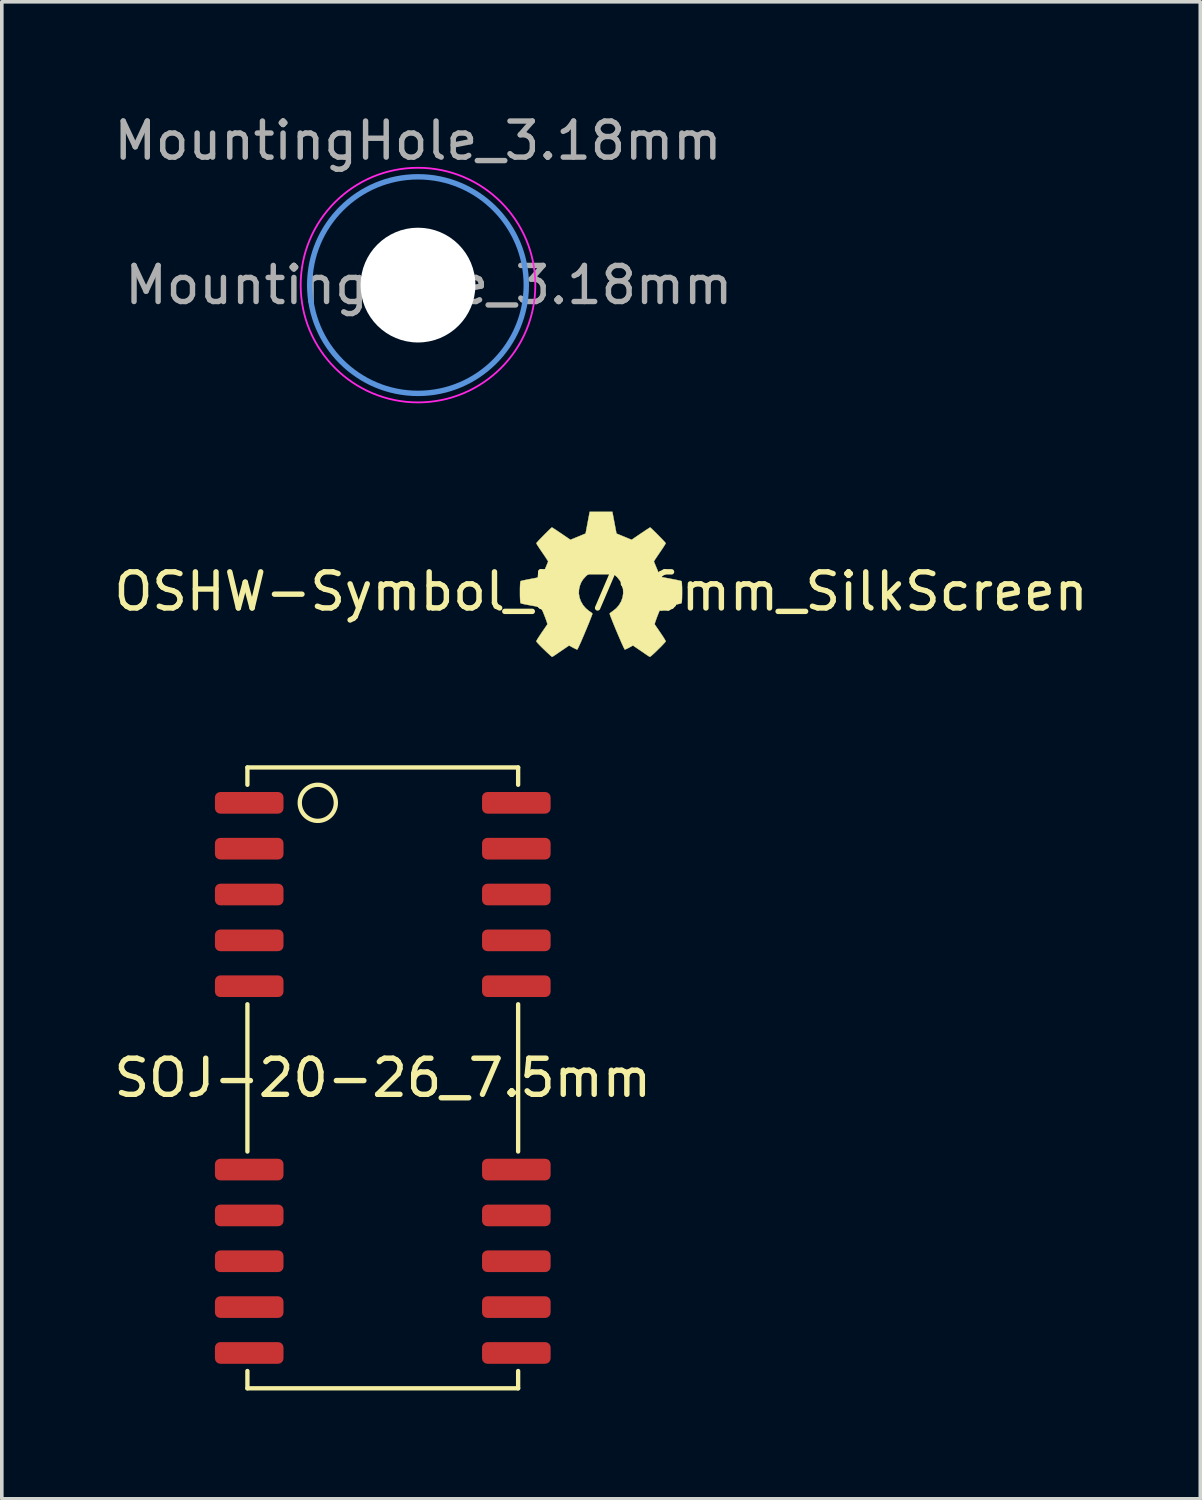
<source format=kicad_pcb>
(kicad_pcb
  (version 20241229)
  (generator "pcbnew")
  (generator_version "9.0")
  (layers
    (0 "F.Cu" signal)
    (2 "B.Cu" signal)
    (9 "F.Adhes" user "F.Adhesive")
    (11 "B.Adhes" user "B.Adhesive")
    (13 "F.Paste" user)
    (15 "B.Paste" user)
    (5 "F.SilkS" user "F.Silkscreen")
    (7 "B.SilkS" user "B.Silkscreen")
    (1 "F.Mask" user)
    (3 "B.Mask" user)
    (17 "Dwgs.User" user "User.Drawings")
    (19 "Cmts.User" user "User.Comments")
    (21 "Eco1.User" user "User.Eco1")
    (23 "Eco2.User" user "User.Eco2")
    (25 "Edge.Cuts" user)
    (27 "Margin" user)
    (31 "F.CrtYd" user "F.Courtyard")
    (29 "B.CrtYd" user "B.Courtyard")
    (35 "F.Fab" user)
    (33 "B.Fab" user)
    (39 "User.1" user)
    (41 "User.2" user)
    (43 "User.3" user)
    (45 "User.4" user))
  (footprint "SOJ-20-26_7.5mm"
    (layer "F.Cu")
    (at 7.554 26.811)
    (property "Reference" "SOJ-20-26_7.5mm" (at 0 0 0) (layer "F.SilkS") (effects (font (size 1 1) (thickness 0.15))))
    (attr smd)
    (fp_line (start -3.75 -8.6) (end -3.75 -8.12) (stroke (width 0.12) (type solid)) (layer "F.SilkS"))
    (fp_line (start -3.75 -8.6) (end 3.75 -8.6) (stroke (width 0.12) (type solid)) (layer "F.SilkS"))
    (fp_line (start -3.75 2.04) (end -3.75 -2.04) (stroke (width 0.12) (type solid)) (layer "F.SilkS"))
    (fp_line (start -3.75 8.6) (end -3.75 8.12) (stroke (width 0.12) (type solid)) (layer "F.SilkS"))
    (fp_line (start 3.75 -8.6) (end 3.75 -8.12) (stroke (width 0.12) (type solid)) (layer "F.SilkS"))
    (fp_line (start 3.75 2.04) (end 3.75 -2.04) (stroke (width 0.12) (type solid)) (layer "F.SilkS"))
    (fp_line (start 3.75 8.6) (end -3.75 8.6) (stroke (width 0.12) (type solid)) (layer "F.SilkS"))
    (fp_line (start 3.75 8.6) (end 3.75 8.12) (stroke (width 0.12) (type solid)) (layer "F.SilkS"))
    (fp_circle (center -1.8 -7.62) (end -1.3 -7.62) (stroke (width 0.12) (type solid)) (fill no) (layer "F.SilkS"))
    (pad "1" smd roundrect (at -3.7 -7.62) (size 1.9 0.6) (layers "F.Cu" "F.Mask" "F.Paste") (roundrect_rratio 0.25))
    (pad "2" smd roundrect (at -3.7 -6.35) (size 1.9 0.6) (layers "F.Cu" "F.Mask" "F.Paste") (roundrect_rratio 0.25))
    (pad "3" smd roundrect (at -3.7 -5.08) (size 1.9 0.6) (layers "F.Cu" "F.Mask" "F.Paste") (roundrect_rratio 0.25))
    (pad "4" smd roundrect (at -3.7 -3.81) (size 1.9 0.6) (layers "F.Cu" "F.Mask" "F.Paste") (roundrect_rratio 0.25))
    (pad "5" smd roundrect (at -3.7 -2.54) (size 1.9 0.6) (layers "F.Cu" "F.Mask" "F.Paste") (roundrect_rratio 0.25))
    (pad "9" smd roundrect (at -3.7 2.54) (size 1.9 0.6) (layers "F.Cu" "F.Mask" "F.Paste") (roundrect_rratio 0.25))
    (pad "10" smd roundrect (at -3.7 3.81) (size 1.9 0.6) (layers "F.Cu" "F.Mask" "F.Paste") (roundrect_rratio 0.25))
    (pad "11" smd roundrect (at -3.7 5.08) (size 1.9 0.6) (layers "F.Cu" "F.Mask" "F.Paste") (roundrect_rratio 0.25))
    (pad "12" smd roundrect (at -3.7 6.35) (size 1.9 0.6) (layers "F.Cu" "F.Mask" "F.Paste") (roundrect_rratio 0.25))
    (pad "13" smd roundrect (at -3.7 7.62) (size 1.9 0.6) (layers "F.Cu" "F.Mask" "F.Paste") (roundrect_rratio 0.25))
    (pad "14" smd roundrect (at 3.7 7.62) (size 1.9 0.6) (layers "F.Cu" "F.Mask" "F.Paste") (roundrect_rratio 0.25))
    (pad "15" smd roundrect (at 3.7 6.35) (size 1.9 0.6) (layers "F.Cu" "F.Mask" "F.Paste") (roundrect_rratio 0.25))
    (pad "16" smd roundrect (at 3.7 5.08) (size 1.9 0.6) (layers "F.Cu" "F.Mask" "F.Paste") (roundrect_rratio 0.25))
    (pad "17" smd roundrect (at 3.7 3.81) (size 1.9 0.6) (layers "F.Cu" "F.Mask" "F.Paste") (roundrect_rratio 0.25))
    (pad "18" smd roundrect (at 3.7 2.54) (size 1.9 0.6) (layers "F.Cu" "F.Mask" "F.Paste") (roundrect_rratio 0.25))
    (pad "22" smd roundrect (at 3.7 -2.54) (size 1.9 0.6) (layers "F.Cu" "F.Mask" "F.Paste") (roundrect_rratio 0.25))
    (pad "23" smd roundrect (at 3.7 -3.81) (size 1.9 0.6) (layers "F.Cu" "F.Mask" "F.Paste") (roundrect_rratio 0.25))
    (pad "24" smd roundrect (at 3.7 -5.08) (size 1.9 0.6) (layers "F.Cu" "F.Mask" "F.Paste") (roundrect_rratio 0.25))
    (pad "25" smd roundrect (at 3.7 -6.35) (size 1.9 0.6) (layers "F.Cu" "F.Mask" "F.Paste") (roundrect_rratio 0.25))
    (pad "26" smd roundrect (at 3.7 -7.62) (size 1.9 0.6) (layers "F.Cu" "F.Mask" "F.Paste") (roundrect_rratio 0.25)))
  (footprint "OSHW-Symbol_5.7x6mm_SilkScreen"
    (layer "F.Cu")
    (at 13.601 13.337)
    (property "Reference" "OSHW-Symbol_5.7x6mm_SilkScreen" (at 0 0 0) (layer "F.SilkS") (effects (font (size 1 1) (thickness 0.15))))
    (attr exclude_from_pos_files exclude_from_bom)
    (fp_poly (pts (xy 0.37 -1.907) (xy 0.427 -1.606) (xy 0.847 -1.433) (xy 1.098 -1.604) (xy 1.169 -1.651) (xy 1.232 -1.694) (xy 1.286 -1.729) (xy 1.328 -1.756) (xy 1.353 -1.771) (xy 1.36 -1.775) (xy 1.373 -1.766) (xy 1.399 -1.742) (xy 1.437 -1.706) (xy 1.484 -1.661) (xy 1.535 -1.61) (xy 1.589 -1.555) (xy 1.642 -1.501) (xy 1.691 -1.45) (xy 1.734 -1.405) (xy 1.767 -1.369) (xy 1.787 -1.345) (xy 1.791 -1.337) (xy 1.784 -1.322) (xy 1.765 -1.29) (xy 1.736 -1.244) (xy 1.698 -1.186) (xy 1.653 -1.12) (xy 1.628 -1.083) (xy 1.581 -1.014) (xy 1.54 -0.953) (xy 1.505 -0.901) (xy 1.48 -0.861) (xy 1.466 -0.838) (xy 1.464 -0.833) (xy 1.469 -0.819) (xy 1.482 -0.787) (xy 1.501 -0.741) (xy 1.524 -0.685) (xy 1.55 -0.624) (xy 1.576 -0.563) (xy 1.6 -0.507) (xy 1.621 -0.459) (xy 1.637 -0.425) (xy 1.645 -0.409) (xy 1.645 -0.408) (xy 1.658 -0.405) (xy 1.692 -0.398) (xy 1.744 -0.388) (xy 1.809 -0.375) (xy 1.886 -0.361) (xy 1.93 -0.352) (xy 2.012 -0.337) (xy 2.086 -0.322) (xy 2.148 -0.309) (xy 2.195 -0.298) (xy 2.223 -0.29) (xy 2.228 -0.288) (xy 2.234 -0.271) (xy 2.238 -0.234) (xy 2.241 -0.18) (xy 2.244 -0.114) (xy 2.245 -0.041) (xy 2.245 0.036) (xy 2.244 0.111) (xy 2.243 0.182) (xy 2.24 0.242) (xy 2.236 0.289) (xy 2.231 0.317) (xy 2.228 0.323) (xy 2.21 0.33) (xy 2.173 0.34) (xy 2.12 0.352) (xy 2.058 0.364) (xy 2.036 0.368) (xy 1.931 0.387) (xy 1.848 0.403) (xy 1.785 0.415) (xy 1.738 0.425) (xy 1.705 0.433) (xy 1.683 0.44) (xy 1.669 0.446) (xy 1.661 0.452) (xy 1.66 0.453) (xy 1.648 0.472) (xy 1.631 0.509) (xy 1.609 0.559) (xy 1.585 0.618) (xy 1.56 0.681) (xy 1.536 0.745) (xy 1.515 0.804) (xy 1.498 0.853) (xy 1.488 0.889) (xy 1.485 0.907) (xy 1.485 0.907) (xy 1.494 0.922) (xy 1.516 0.954) (xy 1.547 1) (xy 1.586 1.056) (xy 1.63 1.121) (xy 1.642 1.139) (xy 1.687 1.205) (xy 1.726 1.265) (xy 1.758 1.316) (xy 1.78 1.354) (xy 1.791 1.377) (xy 1.791 1.379) (xy 1.783 1.394) (xy 1.758 1.422) (xy 1.722 1.461) (xy 1.677 1.509) (xy 1.625 1.561) (xy 1.57 1.615) (xy 1.516 1.668) (xy 1.465 1.716) (xy 1.42 1.757) (xy 1.384 1.788) (xy 1.361 1.806) (xy 1.355 1.809) (xy 1.34 1.802) (xy 1.309 1.784) (xy 1.268 1.757) (xy 1.237 1.736) (xy 1.18 1.696) (xy 1.112 1.65) (xy 1.044 1.604) (xy 1.008 1.579) (xy 0.884 1.495) (xy 0.78 1.552) (xy 0.733 1.576) (xy 0.693 1.595) (xy 0.665 1.606) (xy 0.659 1.608) (xy 0.65 1.596) (xy 0.634 1.565) (xy 0.611 1.516) (xy 0.582 1.452) (xy 0.548 1.376) (xy 0.512 1.292) (xy 0.473 1.202) (xy 0.434 1.109) (xy 0.395 1.016) (xy 0.358 0.926) (xy 0.324 0.842) (xy 0.294 0.766) (xy 0.269 0.702) (xy 0.251 0.653) (xy 0.241 0.621) (xy 0.24 0.61) (xy 0.252 0.596) (xy 0.281 0.574) (xy 0.319 0.547) (xy 0.322 0.545) (xy 0.419 0.467) (xy 0.498 0.376) (xy 0.557 0.275) (xy 0.596 0.166) (xy 0.614 0.054) (xy 0.61 -0.061) (xy 0.584 -0.173) (xy 0.535 -0.281) (xy 0.521 -0.305) (xy 0.446 -0.4) (xy 0.357 -0.477) (xy 0.258 -0.534) (xy 0.151 -0.572) (xy 0.04 -0.59) (xy -0.072 -0.587) (xy -0.183 -0.564) (xy -0.289 -0.52) (xy -0.387 -0.453) (xy -0.417 -0.427) (xy -0.494 -0.343) (xy -0.551 -0.254) (xy -0.589 -0.155) (xy -0.611 -0.057) (xy -0.616 0.054) (xy -0.598 0.165) (xy -0.559 0.272) (xy -0.501 0.373) (xy -0.425 0.463) (xy -0.334 0.539) (xy -0.322 0.547) (xy -0.283 0.573) (xy -0.254 0.596) (xy -0.241 0.61) (xy -0.24 0.61) (xy -0.243 0.626) (xy -0.255 0.662) (xy -0.275 0.714) (xy -0.3 0.78) (xy -0.331 0.858) (xy -0.366 0.943) (xy -0.404 1.034) (xy -0.443 1.127) (xy -0.482 1.22) (xy -0.52 1.309) (xy -0.556 1.392) (xy -0.589 1.465) (xy -0.617 1.526) (xy -0.639 1.572) (xy -0.654 1.6) (xy -0.66 1.608) (xy -0.678 1.602) (xy -0.712 1.587) (xy -0.757 1.565) (xy -0.781 1.552) (xy -0.885 1.495) (xy -1.009 1.579) (xy -1.072 1.622) (xy -1.141 1.669) (xy -1.206 1.713) (xy -1.238 1.736) (xy -1.284 1.766) (xy -1.322 1.791) (xy -1.349 1.806) (xy -1.357 1.809) (xy -1.37 1.8) (xy -1.398 1.777) (xy -1.438 1.74) (xy -1.488 1.694) (xy -1.546 1.639) (xy -1.582 1.604) (xy -1.646 1.542) (xy -1.701 1.486) (xy -1.745 1.439) (xy -1.776 1.404) (xy -1.791 1.382) (xy -1.793 1.378) (xy -1.786 1.361) (xy -1.766 1.327) (xy -1.737 1.279) (xy -1.699 1.222) (xy -1.656 1.157) (xy -1.644 1.139) (xy -1.599 1.073) (xy -1.558 1.014) (xy -1.525 0.965) (xy -1.5 0.929) (xy -1.487 0.909) (xy -1.486 0.907) (xy -1.488 0.892) (xy -1.498 0.858) (xy -1.514 0.809) (xy -1.535 0.751) (xy -1.559 0.688) (xy -1.584 0.624) (xy -1.608 0.565) (xy -1.63 0.513) (xy -1.648 0.475) (xy -1.66 0.454) (xy -1.661 0.453) (xy -1.668 0.447) (xy -1.68 0.441) (xy -1.701 0.434) (xy -1.732 0.427) (xy -1.776 0.417) (xy -1.836 0.405) (xy -1.915 0.391) (xy -2.015 0.372) (xy -2.037 0.368) (xy -2.102 0.356) (xy -2.158 0.344) (xy -2.201 0.333) (xy -2.226 0.325) (xy -2.229 0.323) (xy -2.234 0.306) (xy -2.239 0.269) (xy -2.242 0.215) (xy -2.245 0.149) (xy -2.246 0.075) (xy -2.246 -0.001) (xy -2.246 -0.077) (xy -2.244 -0.147) (xy -2.241 -0.208) (xy -2.237 -0.254) (xy -2.232 -0.282) (xy -2.229 -0.288) (xy -2.213 -0.293) (xy -2.175 -0.303) (xy -2.121 -0.315) (xy -2.052 -0.329) (xy -1.974 -0.344) (xy -1.932 -0.352) (xy -1.851 -0.367) (xy -1.779 -0.381) (xy -1.719 -0.393) (xy -1.675 -0.401) (xy -1.65 -0.407) (xy -1.646 -0.408) (xy -1.639 -0.421) (xy -1.625 -0.453) (xy -1.605 -0.499) (xy -1.581 -0.555) (xy -1.555 -0.615) (xy -1.529 -0.676) (xy -1.505 -0.733) (xy -1.485 -0.781) (xy -1.472 -0.816) (xy -1.466 -0.833) (xy -1.465 -0.834) (xy -1.472 -0.847) (xy -1.492 -0.878) (xy -1.521 -0.924) (xy -1.559 -0.981) (xy -1.603 -1.046) (xy -1.629 -1.083) (xy -1.676 -1.152) (xy -1.717 -1.214) (xy -1.752 -1.267) (xy -1.777 -1.307) (xy -1.79 -1.332) (xy -1.792 -1.337) (xy -1.784 -1.35) (xy -1.76 -1.377) (xy -1.725 -1.416) (xy -1.68 -1.463) (xy -1.63 -1.515) (xy -1.576 -1.57) (xy -1.523 -1.623) (xy -1.472 -1.673) (xy -1.428 -1.717) (xy -1.392 -1.75) (xy -1.369 -1.77) (xy -1.361 -1.775) (xy -1.348 -1.768) (xy -1.318 -1.749) (xy -1.272 -1.72) (xy -1.215 -1.682) (xy -1.149 -1.637) (xy -1.099 -1.604) (xy -0.848 -1.433) (xy -0.638 -1.519) (xy -0.428 -1.606) (xy -0.371 -1.907) (xy -0.314 -2.209) (xy 0.313 -2.209) (xy 0.37 -1.907)) (stroke (width 0.01) (type solid)) (fill yes) (layer "F.SilkS")))
  (footprint "MountingHole_3.18mm"
    (layer "F.Cu")
    (at 8.53 4.848)
    (property "Reference" "MountingHole_3.18mm" (at 0 -4 0) (layer "F.Fab") (effects (font (size 1 1) (thickness 0.15))))
    (attr exclude_from_pos_files exclude_from_bom)
    (fp_circle (center 0 0) (end 3 0) (stroke (width 0.15) (type solid)) (fill no) (layer "Cmts.User"))
    (fp_circle (center 0 0) (end 3.25 0) (stroke (width 0.05) (type solid)) (fill no) (layer "F.CrtYd"))
    (fp_text user "${REFERENCE}" (at 0.3 0 0) (layer "F.Fab") (effects (font (size 1 1) (thickness 0.15))))
    (pad "" np_thru_hole circle (at 0 0) (size 3.18 3.18) (drill 3.18) (layers "*.Cu" "*.Mask")))
  (gr_rect
    (start -3 -3)
    (end 30.202 38.471)
    (stroke (width 0.1) (type default))
    (fill no)
    (layer "Edge.Cuts")))
</source>
